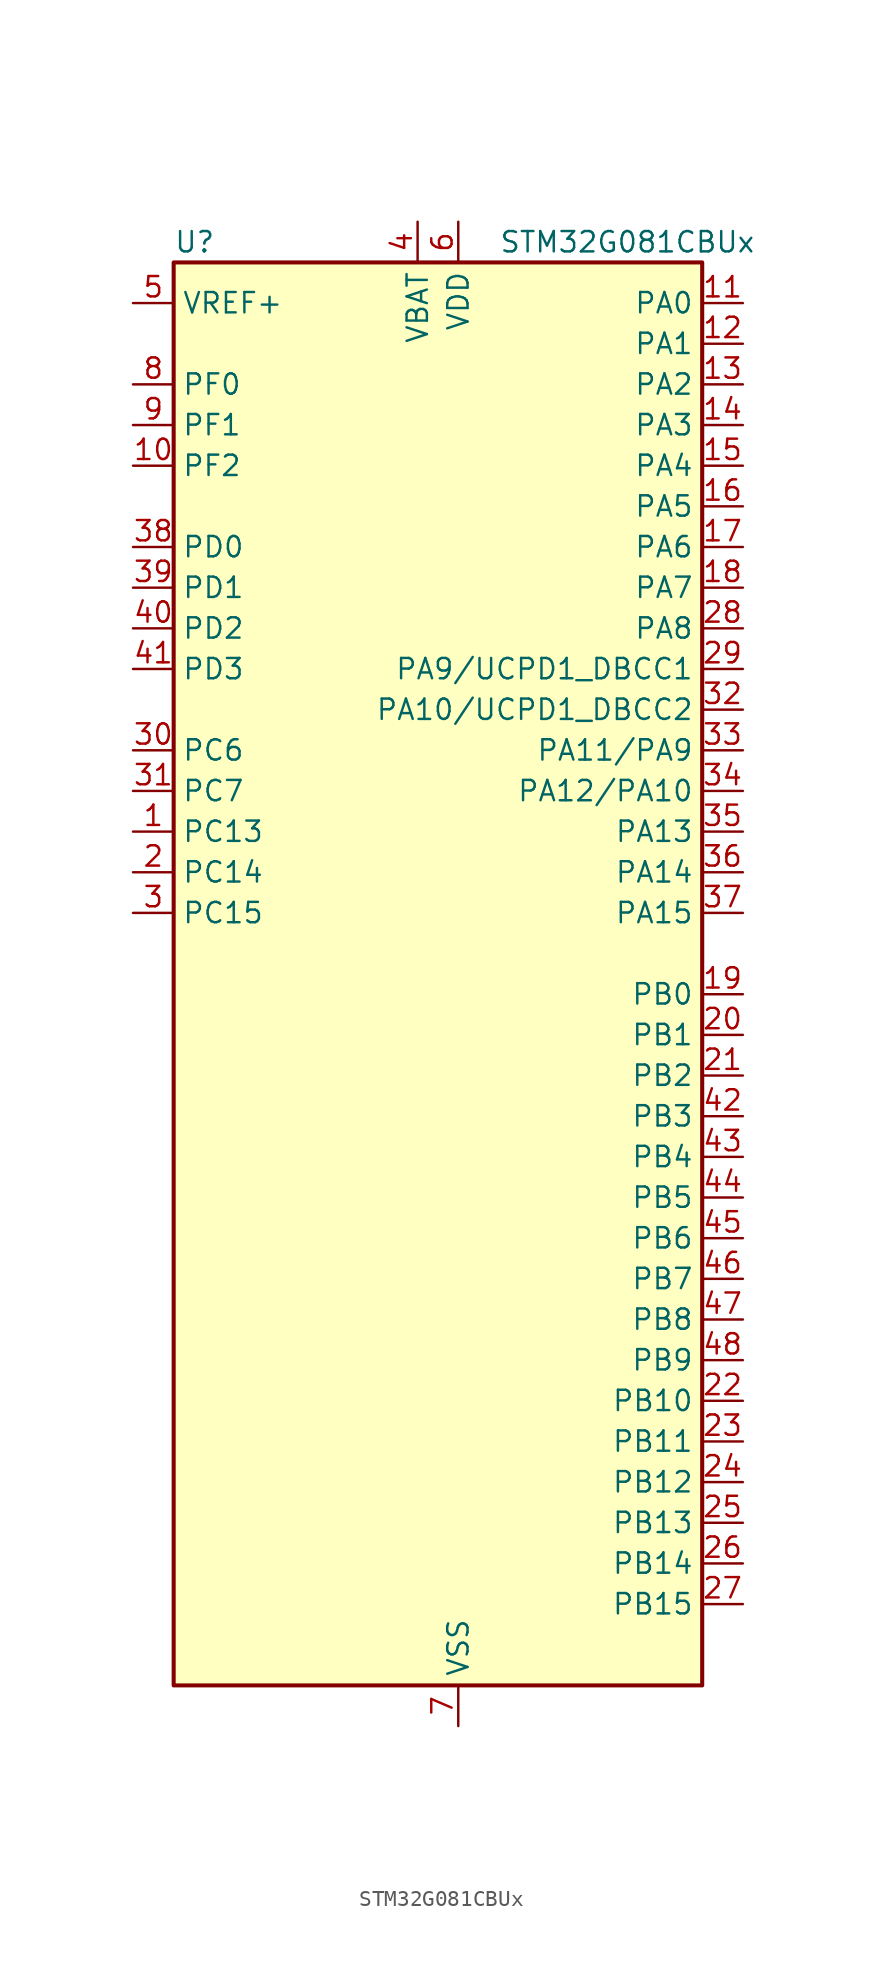
<source format=kicad_sym>
(kicad_symbol_lib
  (version 20220914)
  (generator kicad_symbol_editor)
  (symbol "STM32G081CBUx"
    (property "Reference" "U"
      (at -15.24 46.99 0)
      (effects (font (size 1.27 1.27)) (justify left)))
    (property "Value" "STM32G081CBUx"
      (at 5.08 46.99 0)
      (effects (font (size 1.27 1.27)) (justify left)))
    (property "ki_locked" ""
      (at 0 0 0)
      (effects (font (size 1.27 1.27))))
    (symbol "STM32G081CBUx_0_1"
      (rectangle (start -15.24 -43.18) (end 17.78 45.72) (stroke (width 0.254) (type default)) (fill (type background))))
    (symbol "STM32G081CBUx_1_1"
      (pin bidirectional line (at -17.78 10.16 0) (length 2.54) (name "PC13" (effects (font (size 1.27 1.27)))) (number "1" (effects (font (size 1.27 1.27)))) (alternate "RTC_OUT_ALARM" bidirectional line) (alternate "RTC_OUT_CALIB" bidirectional line) (alternate "RTC_TAMP_IN1" bidirectional line) (alternate "RTC_TS" bidirectional line) (alternate "SYS_WKUP2" bidirectional line) (alternate "TIM1_BK" bidirectional line))
      (pin bidirectional line (at -17.78 33.02 0) (length 2.54) (name "PF2" (effects (font (size 1.27 1.27)))) (number "10" (effects (font (size 1.27 1.27)))) (alternate "RCC_MCO" bidirectional line))
      (pin bidirectional line (at 20.32 43.18 180) (length 2.54) (name "PA0" (effects (font (size 1.27 1.27)))) (number "11" (effects (font (size 1.27 1.27)))) (alternate "ADC1_IN0" bidirectional line) (alternate "COMP1_INM" bidirectional line) (alternate "COMP1_OUT" bidirectional line) (alternate "LPTIM1_OUT" bidirectional line) (alternate "RTC_TAMP_IN2" bidirectional line) (alternate "SPI2_SCK" bidirectional line) (alternate "SYS_WKUP1" bidirectional line) (alternate "TIM2_CH1" bidirectional line) (alternate "TIM2_ETR" bidirectional line) (alternate "UCPD2_FRSTX1" bidirectional line) (alternate "UCPD2_FRSTX2" bidirectional line) (alternate "USART2_CTS" bidirectional line) (alternate "USART2_NSS" bidirectional line) (alternate "USART4_TX" bidirectional line))
      (pin bidirectional line (at 20.32 40.64 180) (length 2.54) (name "PA1" (effects (font (size 1.27 1.27)))) (number "12" (effects (font (size 1.27 1.27)))) (alternate "ADC1_IN1" bidirectional line) (alternate "COMP1_INP" bidirectional line) (alternate "I2C1_SMBA" bidirectional line) (alternate "I2S1_CK" bidirectional line) (alternate "SPI1_SCK" bidirectional line) (alternate "TIM15_CH1N" bidirectional line) (alternate "TIM2_CH2" bidirectional line) (alternate "USART2_CK" bidirectional line) (alternate "USART2_DE" bidirectional line) (alternate "USART2_RTS" bidirectional line) (alternate "USART4_RX" bidirectional line))
      (pin bidirectional line (at 20.32 38.1 180) (length 2.54) (name "PA2" (effects (font (size 1.27 1.27)))) (number "13" (effects (font (size 1.27 1.27)))) (alternate "ADC1_IN2" bidirectional line) (alternate "COMP2_INM" bidirectional line) (alternate "COMP2_OUT" bidirectional line) (alternate "I2S1_SD" bidirectional line) (alternate "LPUART1_TX" bidirectional line) (alternate "RCC_LSCO" bidirectional line) (alternate "SPI1_MOSI" bidirectional line) (alternate "SYS_WKUP4" bidirectional line) (alternate "TIM15_CH1" bidirectional line) (alternate "TIM2_CH3" bidirectional line) (alternate "UCPD1_FRSTX1" bidirectional line) (alternate "UCPD1_FRSTX2" bidirectional line) (alternate "USART2_TX" bidirectional line))
      (pin bidirectional line (at 20.32 35.56 180) (length 2.54) (name "PA3" (effects (font (size 1.27 1.27)))) (number "14" (effects (font (size 1.27 1.27)))) (alternate "ADC1_IN3" bidirectional line) (alternate "COMP2_INP" bidirectional line) (alternate "LPUART1_RX" bidirectional line) (alternate "SPI2_MISO" bidirectional line) (alternate "TIM15_CH2" bidirectional line) (alternate "TIM2_CH4" bidirectional line) (alternate "UCPD2_FRSTX1" bidirectional line) (alternate "UCPD2_FRSTX2" bidirectional line) (alternate "USART2_RX" bidirectional line))
      (pin bidirectional line (at 20.32 33.02 180) (length 2.54) (name "PA4" (effects (font (size 1.27 1.27)))) (number "15" (effects (font (size 1.27 1.27)))) (alternate "ADC1_IN4" bidirectional line) (alternate "DAC1_OUT1" bidirectional line) (alternate "I2S1_WS" bidirectional line) (alternate "LPTIM2_OUT" bidirectional line) (alternate "RTC_OUT_ALARM" bidirectional line) (alternate "RTC_OUT_CALIB" bidirectional line) (alternate "SPI1_NSS" bidirectional line) (alternate "SPI2_MOSI" bidirectional line) (alternate "TIM14_CH1" bidirectional line) (alternate "UCPD2_FRSTX1" bidirectional line) (alternate "UCPD2_FRSTX2" bidirectional line))
      (pin bidirectional line (at 20.32 30.48 180) (length 2.54) (name "PA5" (effects (font (size 1.27 1.27)))) (number "16" (effects (font (size 1.27 1.27)))) (alternate "ADC1_IN5" bidirectional line) (alternate "CEC" bidirectional line) (alternate "DAC1_OUT2" bidirectional line) (alternate "I2S1_CK" bidirectional line) (alternate "LPTIM2_ETR" bidirectional line) (alternate "SPI1_SCK" bidirectional line) (alternate "TIM2_CH1" bidirectional line) (alternate "TIM2_ETR" bidirectional line) (alternate "UCPD1_FRSTX1" bidirectional line) (alternate "UCPD1_FRSTX2" bidirectional line) (alternate "USART3_TX" bidirectional line))
      (pin bidirectional line (at 20.32 27.94 180) (length 2.54) (name "PA6" (effects (font (size 1.27 1.27)))) (number "17" (effects (font (size 1.27 1.27)))) (alternate "ADC1_IN6" bidirectional line) (alternate "COMP1_OUT" bidirectional line) (alternate "I2S1_MCK" bidirectional line) (alternate "LPUART1_CTS" bidirectional line) (alternate "SPI1_MISO" bidirectional line) (alternate "TIM16_CH1" bidirectional line) (alternate "TIM1_BK" bidirectional line) (alternate "TIM3_CH1" bidirectional line) (alternate "USART3_CTS" bidirectional line) (alternate "USART3_NSS" bidirectional line))
      (pin bidirectional line (at 20.32 25.4 180) (length 2.54) (name "PA7" (effects (font (size 1.27 1.27)))) (number "18" (effects (font (size 1.27 1.27)))) (alternate "ADC1_IN7" bidirectional line) (alternate "COMP2_OUT" bidirectional line) (alternate "I2S1_SD" bidirectional line) (alternate "SPI1_MOSI" bidirectional line) (alternate "TIM14_CH1" bidirectional line) (alternate "TIM17_CH1" bidirectional line) (alternate "TIM1_CH1N" bidirectional line) (alternate "TIM3_CH2" bidirectional line) (alternate "UCPD1_FRSTX1" bidirectional line) (alternate "UCPD1_FRSTX2" bidirectional line))
      (pin bidirectional line (at 20.32 0 180) (length 2.54) (name "PB0" (effects (font (size 1.27 1.27)))) (number "19" (effects (font (size 1.27 1.27)))) (alternate "ADC1_IN8" bidirectional line) (alternate "COMP1_OUT" bidirectional line) (alternate "I2S1_WS" bidirectional line) (alternate "LPTIM1_OUT" bidirectional line) (alternate "SPI1_NSS" bidirectional line) (alternate "TIM1_CH2N" bidirectional line) (alternate "TIM3_CH3" bidirectional line) (alternate "UCPD1_FRSTX1" bidirectional line) (alternate "UCPD1_FRSTX2" bidirectional line) (alternate "USART3_RX" bidirectional line))
      (pin bidirectional line (at -17.78 7.62 0) (length 2.54) (name "PC14" (effects (font (size 1.27 1.27)))) (number "2" (effects (font (size 1.27 1.27)))) (alternate "RCC_OSC32_IN" bidirectional line) (alternate "TIM1_BK2" bidirectional line))
      (pin bidirectional line (at 20.32 -2.54 180) (length 2.54) (name "PB1" (effects (font (size 1.27 1.27)))) (number "20" (effects (font (size 1.27 1.27)))) (alternate "ADC1_IN9" bidirectional line) (alternate "COMP1_INM" bidirectional line) (alternate "LPTIM2_IN1" bidirectional line) (alternate "LPUART1_DE" bidirectional line) (alternate "LPUART1_RTS" bidirectional line) (alternate "TIM14_CH1" bidirectional line) (alternate "TIM1_CH3N" bidirectional line) (alternate "TIM3_CH4" bidirectional line) (alternate "USART3_CK" bidirectional line) (alternate "USART3_DE" bidirectional line) (alternate "USART3_RTS" bidirectional line))
      (pin bidirectional line (at 20.32 -5.08 180) (length 2.54) (name "PB2" (effects (font (size 1.27 1.27)))) (number "21" (effects (font (size 1.27 1.27)))) (alternate "ADC1_IN10" bidirectional line) (alternate "COMP1_INP" bidirectional line) (alternate "LPTIM1_OUT" bidirectional line) (alternate "SPI2_MISO" bidirectional line) (alternate "USART3_TX" bidirectional line))
      (pin bidirectional line (at 20.32 -25.4 180) (length 2.54) (name "PB10" (effects (font (size 1.27 1.27)))) (number "22" (effects (font (size 1.27 1.27)))) (alternate "ADC1_IN11" bidirectional line) (alternate "CEC" bidirectional line) (alternate "COMP1_OUT" bidirectional line) (alternate "I2C2_SCL" bidirectional line) (alternate "LPUART1_RX" bidirectional line) (alternate "SPI2_SCK" bidirectional line) (alternate "TIM2_CH3" bidirectional line) (alternate "USART3_TX" bidirectional line))
      (pin bidirectional line (at 20.32 -27.94 180) (length 2.54) (name "PB11" (effects (font (size 1.27 1.27)))) (number "23" (effects (font (size 1.27 1.27)))) (alternate "ADC1_EXTI11" bidirectional line) (alternate "ADC1_IN15" bidirectional line) (alternate "COMP2_OUT" bidirectional line) (alternate "I2C2_SDA" bidirectional line) (alternate "LPUART1_TX" bidirectional line) (alternate "SPI2_MOSI" bidirectional line) (alternate "TIM2_CH4" bidirectional line) (alternate "USART3_RX" bidirectional line))
      (pin bidirectional line (at 20.32 -30.48 180) (length 2.54) (name "PB12" (effects (font (size 1.27 1.27)))) (number "24" (effects (font (size 1.27 1.27)))) (alternate "ADC1_IN16" bidirectional line) (alternate "LPUART1_DE" bidirectional line) (alternate "LPUART1_RTS" bidirectional line) (alternate "SPI2_NSS" bidirectional line) (alternate "TIM15_BK" bidirectional line) (alternate "TIM1_BK" bidirectional line) (alternate "UCPD2_FRSTX1" bidirectional line) (alternate "UCPD2_FRSTX2" bidirectional line))
      (pin bidirectional line (at 20.32 -33.02 180) (length 2.54) (name "PB13" (effects (font (size 1.27 1.27)))) (number "25" (effects (font (size 1.27 1.27)))) (alternate "I2C2_SCL" bidirectional line) (alternate "LPUART1_CTS" bidirectional line) (alternate "SPI2_SCK" bidirectional line) (alternate "TIM15_CH1N" bidirectional line) (alternate "TIM1_CH1N" bidirectional line) (alternate "USART3_CTS" bidirectional line) (alternate "USART3_NSS" bidirectional line))
      (pin bidirectional line (at 20.32 -35.56 180) (length 2.54) (name "PB14" (effects (font (size 1.27 1.27)))) (number "26" (effects (font (size 1.27 1.27)))) (alternate "I2C2_SDA" bidirectional line) (alternate "SPI2_MISO" bidirectional line) (alternate "TIM15_CH1" bidirectional line) (alternate "TIM1_CH2N" bidirectional line) (alternate "UCPD1_FRSTX1" bidirectional line) (alternate "UCPD1_FRSTX2" bidirectional line) (alternate "USART3_CK" bidirectional line) (alternate "USART3_DE" bidirectional line) (alternate "USART3_RTS" bidirectional line))
      (pin bidirectional line (at 20.32 -38.1 180) (length 2.54) (name "PB15" (effects (font (size 1.27 1.27)))) (number "27" (effects (font (size 1.27 1.27)))) (alternate "RTC_REFIN" bidirectional line) (alternate "SPI2_MOSI" bidirectional line) (alternate "TIM15_CH1N" bidirectional line) (alternate "TIM15_CH2" bidirectional line) (alternate "TIM1_CH3N" bidirectional line) (alternate "UCPD1_CC2" bidirectional line))
      (pin bidirectional line (at 20.32 22.86 180) (length 2.54) (name "PA8" (effects (font (size 1.27 1.27)))) (number "28" (effects (font (size 1.27 1.27)))) (alternate "LPTIM2_OUT" bidirectional line) (alternate "RCC_MCO" bidirectional line) (alternate "SPI2_NSS" bidirectional line) (alternate "TIM1_CH1" bidirectional line) (alternate "UCPD1_CC1" bidirectional line))
      (pin bidirectional line (at 20.32 20.32 180) (length 2.54) (name "PA9/UCPD1_DBCC1" (effects (font (size 1.27 1.27)))) (number "29" (effects (font (size 1.27 1.27)))) (alternate "DAC1_EXTI9" bidirectional line) (alternate "I2C1_SCL" bidirectional line) (alternate "RCC_MCO" bidirectional line) (alternate "SPI2_MISO" bidirectional line) (alternate "TIM15_BK" bidirectional line) (alternate "TIM1_CH2" bidirectional line) (alternate "UCPD1_DBCC1" bidirectional line) (alternate "USART1_TX" bidirectional line))
      (pin bidirectional line (at -17.78 5.08 0) (length 2.54) (name "PC15" (effects (font (size 1.27 1.27)))) (number "3" (effects (font (size 1.27 1.27)))) (alternate "RCC_OSC32_EN" bidirectional line) (alternate "RCC_OSC32_OUT" bidirectional line) (alternate "RCC_OSC_EN" bidirectional line) (alternate "TIM15_BK" bidirectional line))
      (pin bidirectional line (at -17.78 15.24 0) (length 2.54) (name "PC6" (effects (font (size 1.27 1.27)))) (number "30" (effects (font (size 1.27 1.27)))) (alternate "TIM2_CH3" bidirectional line) (alternate "TIM3_CH1" bidirectional line) (alternate "UCPD1_FRSTX1" bidirectional line) (alternate "UCPD1_FRSTX2" bidirectional line))
      (pin bidirectional line (at -17.78 12.7 0) (length 2.54) (name "PC7" (effects (font (size 1.27 1.27)))) (number "31" (effects (font (size 1.27 1.27)))) (alternate "TIM2_CH4" bidirectional line) (alternate "TIM3_CH2" bidirectional line) (alternate "UCPD2_FRSTX1" bidirectional line) (alternate "UCPD2_FRSTX2" bidirectional line))
      (pin bidirectional line (at 20.32 17.78 180) (length 2.54) (name "PA10/UCPD1_DBCC2" (effects (font (size 1.27 1.27)))) (number "32" (effects (font (size 1.27 1.27)))) (alternate "I2C1_SDA" bidirectional line) (alternate "SPI2_MOSI" bidirectional line) (alternate "TIM17_BK" bidirectional line) (alternate "TIM1_CH3" bidirectional line) (alternate "UCPD1_DBCC2" bidirectional line) (alternate "USART1_RX" bidirectional line))
      (pin bidirectional line (at 20.32 15.24 180) (length 2.54) (name "PA11/PA9" (effects (font (size 1.27 1.27)))) (number "33" (effects (font (size 1.27 1.27)))) (alternate "ADC1_EXTI11" bidirectional line) (alternate "COMP1_OUT" bidirectional line) (alternate "I2C2_SCL" bidirectional line) (alternate "I2S1_MCK" bidirectional line) (alternate "SPI1_MISO" bidirectional line) (alternate "TIM1_BK2" bidirectional line) (alternate "TIM1_CH4" bidirectional line) (alternate "USART1_CTS" bidirectional line) (alternate "USART1_NSS" bidirectional line))
      (pin bidirectional line (at 20.32 12.7 180) (length 2.54) (name "PA12/PA10" (effects (font (size 1.27 1.27)))) (number "34" (effects (font (size 1.27 1.27)))) (alternate "COMP2_OUT" bidirectional line) (alternate "I2C2_SDA" bidirectional line) (alternate "I2S1_SD" bidirectional line) (alternate "I2S_CKIN" bidirectional line) (alternate "SPI1_MOSI" bidirectional line) (alternate "TIM1_ETR" bidirectional line) (alternate "USART1_CK" bidirectional line) (alternate "USART1_DE" bidirectional line) (alternate "USART1_RTS" bidirectional line))
      (pin bidirectional line (at 20.32 10.16 180) (length 2.54) (name "PA13" (effects (font (size 1.27 1.27)))) (number "35" (effects (font (size 1.27 1.27)))) (alternate "IR_OUT" bidirectional line) (alternate "SYS_SWDIO" bidirectional line))
      (pin bidirectional line (at 20.32 7.62 180) (length 2.54) (name "PA14" (effects (font (size 1.27 1.27)))) (number "36" (effects (font (size 1.27 1.27)))) (alternate "SYS_SWCLK" bidirectional line) (alternate "USART2_TX" bidirectional line))
      (pin bidirectional line (at 20.32 5.08 180) (length 2.54) (name "PA15" (effects (font (size 1.27 1.27)))) (number "37" (effects (font (size 1.27 1.27)))) (alternate "I2S1_WS" bidirectional line) (alternate "SPI1_NSS" bidirectional line) (alternate "TIM2_CH1" bidirectional line) (alternate "TIM2_ETR" bidirectional line) (alternate "USART2_RX" bidirectional line) (alternate "USART3_CK" bidirectional line) (alternate "USART3_DE" bidirectional line) (alternate "USART3_RTS" bidirectional line) (alternate "USART4_CK" bidirectional line) (alternate "USART4_DE" bidirectional line) (alternate "USART4_RTS" bidirectional line))
      (pin bidirectional line (at -17.78 27.94 0) (length 2.54) (name "PD0" (effects (font (size 1.27 1.27)))) (number "38" (effects (font (size 1.27 1.27)))) (alternate "SPI2_NSS" bidirectional line) (alternate "TIM16_CH1" bidirectional line) (alternate "UCPD2_CC1" bidirectional line))
      (pin bidirectional line (at -17.78 25.4 0) (length 2.54) (name "PD1" (effects (font (size 1.27 1.27)))) (number "39" (effects (font (size 1.27 1.27)))) (alternate "SPI2_SCK" bidirectional line) (alternate "TIM17_CH1" bidirectional line) (alternate "UCPD2_DBCC1" bidirectional line))
      (pin power_in line (at 0 48.26 270) (length 2.54) (name "VBAT" (effects (font (size 1.27 1.27)))) (number "4" (effects (font (size 1.27 1.27)))))
      (pin bidirectional line (at -17.78 22.86 0) (length 2.54) (name "PD2" (effects (font (size 1.27 1.27)))) (number "40" (effects (font (size 1.27 1.27)))) (alternate "TIM1_CH1N" bidirectional line) (alternate "TIM3_ETR" bidirectional line) (alternate "UCPD2_CC2" bidirectional line) (alternate "USART3_CK" bidirectional line) (alternate "USART3_DE" bidirectional line) (alternate "USART3_RTS" bidirectional line))
      (pin bidirectional line (at -17.78 20.32 0) (length 2.54) (name "PD3" (effects (font (size 1.27 1.27)))) (number "41" (effects (font (size 1.27 1.27)))) (alternate "SPI2_MISO" bidirectional line) (alternate "TIM1_CH2N" bidirectional line) (alternate "UCPD2_DBCC2" bidirectional line) (alternate "USART2_CTS" bidirectional line) (alternate "USART2_NSS" bidirectional line))
      (pin bidirectional line (at 20.32 -7.62 180) (length 2.54) (name "PB3" (effects (font (size 1.27 1.27)))) (number "42" (effects (font (size 1.27 1.27)))) (alternate "COMP2_INM" bidirectional line) (alternate "I2S1_CK" bidirectional line) (alternate "SPI1_SCK" bidirectional line) (alternate "TIM1_CH2" bidirectional line) (alternate "TIM2_CH2" bidirectional line) (alternate "USART1_CK" bidirectional line) (alternate "USART1_DE" bidirectional line) (alternate "USART1_RTS" bidirectional line))
      (pin bidirectional line (at 20.32 -10.16 180) (length 2.54) (name "PB4" (effects (font (size 1.27 1.27)))) (number "43" (effects (font (size 1.27 1.27)))) (alternate "COMP2_INP" bidirectional line) (alternate "I2S1_MCK" bidirectional line) (alternate "SPI1_MISO" bidirectional line) (alternate "TIM17_BK" bidirectional line) (alternate "TIM3_CH1" bidirectional line) (alternate "USART1_CTS" bidirectional line) (alternate "USART1_NSS" bidirectional line))
      (pin bidirectional line (at 20.32 -12.7 180) (length 2.54) (name "PB5" (effects (font (size 1.27 1.27)))) (number "44" (effects (font (size 1.27 1.27)))) (alternate "COMP2_OUT" bidirectional line) (alternate "I2C1_SMBA" bidirectional line) (alternate "I2S1_SD" bidirectional line) (alternate "LPTIM1_IN1" bidirectional line) (alternate "SPI1_MOSI" bidirectional line) (alternate "SYS_WKUP6" bidirectional line) (alternate "TIM16_BK" bidirectional line) (alternate "TIM3_CH2" bidirectional line))
      (pin bidirectional line (at 20.32 -15.24 180) (length 2.54) (name "PB6" (effects (font (size 1.27 1.27)))) (number "45" (effects (font (size 1.27 1.27)))) (alternate "COMP2_INP" bidirectional line) (alternate "I2C1_SCL" bidirectional line) (alternate "LPTIM1_ETR" bidirectional line) (alternate "SPI2_MISO" bidirectional line) (alternate "TIM16_CH1N" bidirectional line) (alternate "TIM1_CH3" bidirectional line) (alternate "USART1_TX" bidirectional line))
      (pin bidirectional line (at 20.32 -17.78 180) (length 2.54) (name "PB7" (effects (font (size 1.27 1.27)))) (number "46" (effects (font (size 1.27 1.27)))) (alternate "COMP2_INM" bidirectional line) (alternate "I2C1_SDA" bidirectional line) (alternate "LPTIM1_IN2" bidirectional line) (alternate "SPI2_MOSI" bidirectional line) (alternate "SYS_PVD_IN" bidirectional line) (alternate "TIM17_CH1N" bidirectional line) (alternate "USART1_RX" bidirectional line) (alternate "USART4_CTS" bidirectional line) (alternate "USART4_NSS" bidirectional line))
      (pin bidirectional line (at 20.32 -20.32 180) (length 2.54) (name "PB8" (effects (font (size 1.27 1.27)))) (number "47" (effects (font (size 1.27 1.27)))) (alternate "CEC" bidirectional line) (alternate "I2C1_SCL" bidirectional line) (alternate "SPI2_SCK" bidirectional line) (alternate "TIM15_BK" bidirectional line) (alternate "TIM16_CH1" bidirectional line) (alternate "USART3_TX" bidirectional line))
      (pin bidirectional line (at 20.32 -22.86 180) (length 2.54) (name "PB9" (effects (font (size 1.27 1.27)))) (number "48" (effects (font (size 1.27 1.27)))) (alternate "DAC1_EXTI9" bidirectional line) (alternate "I2C1_SDA" bidirectional line) (alternate "IR_OUT" bidirectional line) (alternate "SPI2_NSS" bidirectional line) (alternate "TIM17_CH1" bidirectional line) (alternate "UCPD2_FRSTX1" bidirectional line) (alternate "UCPD2_FRSTX2" bidirectional line) (alternate "USART3_RX" bidirectional line))
      (pin passive line (at 2.54 -45.72 90) (length 2.54) hide (name "VSS" (effects (font (size 1.27 1.27)))) (number "49" (effects (font (size 1.27 1.27)))))
      (pin input line (at -17.78 43.18 0) (length 2.54) (name "VREF+" (effects (font (size 1.27 1.27)))) (number "5" (effects (font (size 1.27 1.27)))) (alternate "VREFBUF_OUT" bidirectional line))
      (pin power_in line (at 2.54 48.26 270) (length 2.54) (name "VDD" (effects (font (size 1.27 1.27)))) (number "6" (effects (font (size 1.27 1.27)))))
      (pin power_in line (at 2.54 -45.72 90) (length 2.54) (name "VSS" (effects (font (size 1.27 1.27)))) (number "7" (effects (font (size 1.27 1.27)))))
      (pin bidirectional line (at -17.78 38.1 0) (length 2.54) (name "PF0" (effects (font (size 1.27 1.27)))) (number "8" (effects (font (size 1.27 1.27)))) (alternate "RCC_OSC_IN" bidirectional line) (alternate "TIM14_CH1" bidirectional line))
      (pin bidirectional line (at -17.78 35.56 0) (length 2.54) (name "PF1" (effects (font (size 1.27 1.27)))) (number "9" (effects (font (size 1.27 1.27)))) (alternate "RCC_OSC_EN" bidirectional line) (alternate "RCC_OSC_OUT" bidirectional line) (alternate "TIM15_CH1N" bidirectional line)))))
</source>
